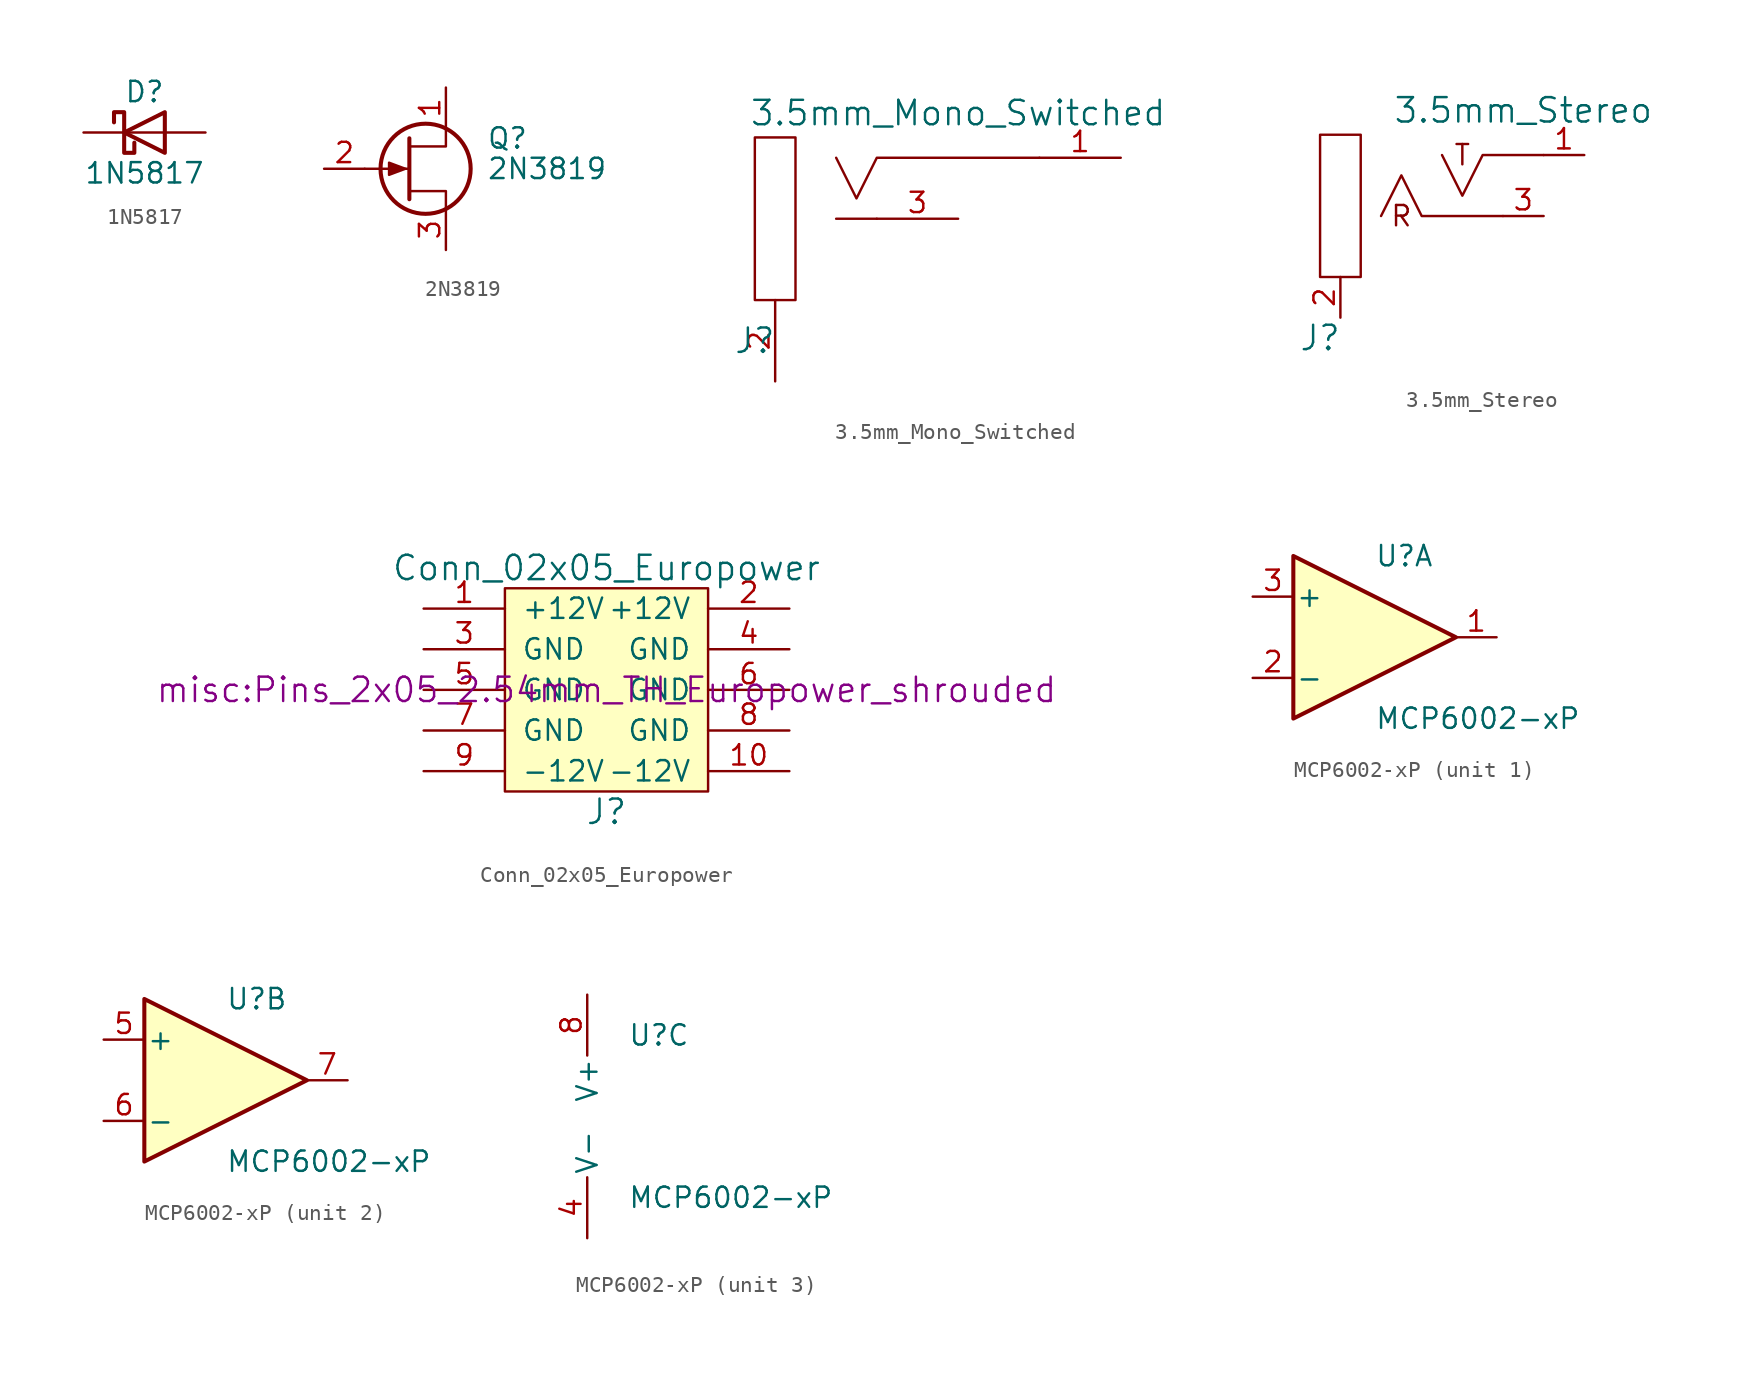
<source format=kicad_sym>
(kicad_symbol_lib
  (version 20231120)
  (generator "kicad_symbol_editor")
  (generator_version "8.0")
  (symbol "1N5817"
    (pin_numbers hide)
    (pin_names
      (offset 1.016) hide)
    (property "Reference" "D"
      (at 0 2.54 0)
      (effects (font (size 1.27 1.27))))
    (property "Value" "1N5817"
      (at 0 -2.54 0)
      (effects (font (size 1.27 1.27))))
    (symbol "1N5817_0_1"
      (polyline (pts (xy 1.27 0) (xy -1.27 0)) (stroke (width 0) (type default)) (fill (type none)))
      (polyline (pts (xy 1.27 1.27) (xy 1.27 -1.27) (xy -1.27 0) (xy 1.27 1.27)) (stroke (width 0.254) (type default)) (fill (type none)))
      (polyline (pts (xy -1.905 0.635) (xy -1.905 1.27) (xy -1.27 1.27) (xy -1.27 -1.27) (xy -0.635 -1.27) (xy -0.635 -0.635)) (stroke (width 0.254) (type default)) (fill (type none))))
    (symbol "1N5817_1_1"
      (pin passive line (at -3.81 0 0) (length 2.54) (name "K" (effects (font (size 1.27 1.27)))) (number "1" (effects (font (size 1.27 1.27)))))
      (pin passive line (at 3.81 0 180) (length 2.54) (name "A" (effects (font (size 1.27 1.27)))) (number "2" (effects (font (size 1.27 1.27)))))))
  (symbol "2N3819"
    (pin_names hide)
    (property "Reference" "Q"
      (at 5.08 1.905 0)
      (effects (font (size 1.27 1.27)) (justify left)))
    (property "Value" "2N3819"
      (at 5.08 0 0)
      (effects (font (size 1.27 1.27)) (justify left)))
    (symbol "2N3819_0_1"
      (polyline (pts (xy 0.254 0) (xy -2.54 0)) (stroke (width 0) (type default)) (fill (type none)))
      (polyline (pts (xy 0.254 1.905) (xy 0.254 -1.905)) (stroke (width 0.254) (type default)) (fill (type none)))
      (polyline (pts (xy 2.54 -2.54) (xy 2.54 -1.397) (xy 0.254 -1.397)) (stroke (width 0) (type default)) (fill (type none)))
      (polyline (pts (xy 2.54 2.54) (xy 2.54 1.397) (xy 0.254 1.397)) (stroke (width 0) (type default)) (fill (type none)))
      (polyline (pts (xy 0 0) (xy -1.016 0.381) (xy -1.016 -0.381) (xy 0 0)) (stroke (width 0) (type default)) (fill (type outline)))
      (circle (center 1.27 0) (radius 2.819) (stroke (width 0.254) (type default)) (fill (type none))))
    (symbol "2N3819_1_1"
      (pin passive line (at 2.54 5.08 270) (length 2.54) (name "D" (effects (font (size 1.27 1.27)))) (number "1" (effects (font (size 1.27 1.27)))))
      (pin input line (at -5.08 0 0) (length 2.54) (name "G" (effects (font (size 1.27 1.27)))) (number "2" (effects (font (size 1.27 1.27)))))
      (pin passive line (at 2.54 -5.08 90) (length 2.54) (name "S" (effects (font (size 1.27 1.27)))) (number "3" (effects (font (size 1.27 1.27)))))))
  (symbol "3.5mm_Mono_Switched"
    (pin_names
      (offset 0) hide)
    (property "Reference" "J"
      (at -6.35 -7.62 0)
      (effects (font (size 1.524 1.524))))
    (property "Value" "3.5mm_Mono_Switched"
      (at 6.35 6.604 0)
      (effects (font (size 1.524 1.524))))
    (property "Datasheet" ""
      (at 0 0 0)
      (effects (font (size 1.524 1.524))))
    (symbol "3.5mm_Mono_Switched_0_0"
      (rectangle (start -6.35 5.08) (end -3.81 -5.08) (stroke (width 0) (type default)) (fill (type none)))
      (polyline (pts (xy -1.27 0) (xy 1.27 0)) (stroke (width 0) (type default)) (fill (type none)))
      (polyline (pts (xy -1.27 3.81) (xy 0 1.27) (xy 1.27 3.81) (xy 11.43 3.81)) (stroke (width 0) (type default)) (fill (type none))))
    (symbol "3.5mm_Mono_Switched_1_1"
      (pin passive line (at 16.51 3.81 180) (length 5.08) (name "SIG" (effects (font (size 1.27 1.27)))) (number "1" (effects (font (size 1.27 1.27)))))
      (pin passive line (at -5.08 -10.16 90) (length 5.08) (name "SHEILD" (effects (font (size 1.27 1.27)))) (number "2" (effects (font (size 1.27 1.27)))))
      (pin passive line (at 6.35 0 180) (length 5.08) (name "SW" (effects (font (size 1.27 1.27)))) (number "3" (effects (font (size 1.27 1.27)))))))
  (symbol "3.5mm_Stereo"
    (pin_names
      (offset 0) hide)
    (property "Reference" "J"
      (at -6.35 -7.62 0)
      (effects (font (size 1.524 1.524))))
    (property "Value" "3.5mm_Stereo"
      (at 6.35 6.604 0)
      (effects (font (size 1.524 1.524))))
    (property "Datasheet" ""
      (at 2.54 0 0)
      (effects (font (size 1.524 1.524))))
    (symbol "3.5mm_Stereo_0_0"
      (rectangle (start -6.35 5.08) (end -3.81 -3.81) (stroke (width 0) (type default)) (fill (type none)))
      (polyline (pts (xy 1.27 3.81) (xy 2.54 1.27) (xy 3.81 3.81) (xy 7.62 3.81)) (stroke (width 0) (type default)) (fill (type none)))
      (text "R" (at -1.27 0 0) (effects (font (size 1.27 1.27))))
      (text "T" (at 2.54 3.81 0) (effects (font (size 1.27 1.27)))))
    (symbol "3.5mm_Stereo_0_1"
      (polyline (pts (xy 5.08 0) (xy 0 0) (xy -1.27 2.54) (xy -2.54 0)) (stroke (width 0) (type default)) (fill (type none))))
    (symbol "3.5mm_Stereo_1_1"
      (pin passive line (at 10.16 3.81 180) (length 2.54) (name "SIG" (effects (font (size 1.27 1.27)))) (number "1" (effects (font (size 1.27 1.27)))))
      (pin passive line (at -5.08 -6.35 90) (length 2.54) (name "SHEILD" (effects (font (size 1.27 1.27)))) (number "2" (effects (font (size 1.27 1.27)))))
      (pin passive line (at 7.62 0 180) (length 2.54) (name "SW" (effects (font (size 1.27 1.27)))) (number "3" (effects (font (size 1.27 1.27)))))))
  (symbol "Conn_02x05_Europower"
    (pin_names
      (offset 1.016))
    (property "Reference" "J"
      (at 0 -7.62 0)
      (effects (font (size 1.524 1.524))))
    (property "Value" "Conn_02x05_Europower"
      (at 0 7.62 0)
      (effects (font (size 1.524 1.524))))
    (property "Footprint" "misc:Pins_2x05_2.54mm_TH_Europower_shrouded"
      (at 0 0 0)
      (effects (font (size 1.524 1.524))))
    (property "Datasheet" ""
      (at 0 0 0)
      (effects (font (size 1.524 1.524))))
    (symbol "Conn_02x05_Europower_0_1"
      (rectangle (start -6.35 6.35) (end 6.35 -6.35) (stroke (width 0) (type solid)) (fill (type background))))
    (symbol "Conn_02x05_Europower_1_1"
      (pin power_in line (at -11.43 5.08 0) (length 5.08) (name "+12V" (effects (font (size 1.27 1.27)))) (number "1" (effects (font (size 1.27 1.27)))))
      (pin power_in line (at 11.43 -5.08 180) (length 5.08) (name "-12V" (effects (font (size 1.27 1.27)))) (number "10" (effects (font (size 1.27 1.27)))))
      (pin power_in line (at 11.43 5.08 180) (length 5.08) (name "+12V" (effects (font (size 1.27 1.27)))) (number "2" (effects (font (size 1.27 1.27)))))
      (pin power_in line (at -11.43 2.54 0) (length 5.08) (name "GND" (effects (font (size 1.27 1.27)))) (number "3" (effects (font (size 1.27 1.27)))))
      (pin power_in line (at 11.43 2.54 180) (length 5.08) (name "GND" (effects (font (size 1.27 1.27)))) (number "4" (effects (font (size 1.27 1.27)))))
      (pin power_in line (at -11.43 0 0) (length 5.08) (name "GND" (effects (font (size 1.27 1.27)))) (number "5" (effects (font (size 1.27 1.27)))))
      (pin power_in line (at 11.43 0 180) (length 5.08) (name "GND" (effects (font (size 1.27 1.27)))) (number "6" (effects (font (size 1.27 1.27)))))
      (pin power_in line (at -11.43 -2.54 0) (length 5.08) (name "GND" (effects (font (size 1.27 1.27)))) (number "7" (effects (font (size 1.27 1.27)))))
      (pin power_in line (at 11.43 -2.54 180) (length 5.08) (name "GND" (effects (font (size 1.27 1.27)))) (number "8" (effects (font (size 1.27 1.27)))))
      (pin power_in line (at -11.43 -5.08 0) (length 5.08) (name "-12V" (effects (font (size 1.27 1.27)))) (number "9" (effects (font (size 1.27 1.27)))))))
  (symbol "MCP6002-xP"
    (pin_names
      (offset 0.127))
    (property "Reference" "U"
      (at 0 5.08 0)
      (effects (font (size 1.27 1.27)) (justify left)))
    (property "Value" "MCP6002-xP"
      (at 0 -5.08 0)
      (effects (font (size 1.27 1.27)) (justify left)))
    (property "ki_locked" ""
      (at 0 0 0)
      (effects (font (size 1.27 1.27))))
    (symbol "MCP6002-xP_1_1"
      (polyline (pts (xy -5.08 5.08) (xy 5.08 0) (xy -5.08 -5.08) (xy -5.08 5.08)) (stroke (width 0.254) (type default)) (fill (type background)))
      (pin output line (at 7.62 0 180) (length 2.54) (name "~" (effects (font (size 1.27 1.27)))) (number "1" (effects (font (size 1.27 1.27)))))
      (pin input line (at -7.62 -2.54 0) (length 2.54) (name "-" (effects (font (size 1.27 1.27)))) (number "2" (effects (font (size 1.27 1.27)))))
      (pin input line (at -7.62 2.54 0) (length 2.54) (name "+" (effects (font (size 1.27 1.27)))) (number "3" (effects (font (size 1.27 1.27))))))
    (symbol "MCP6002-xP_2_1"
      (polyline (pts (xy -5.08 5.08) (xy 5.08 0) (xy -5.08 -5.08) (xy -5.08 5.08)) (stroke (width 0.254) (type default)) (fill (type background)))
      (pin input line (at -7.62 2.54 0) (length 2.54) (name "+" (effects (font (size 1.27 1.27)))) (number "5" (effects (font (size 1.27 1.27)))))
      (pin input line (at -7.62 -2.54 0) (length 2.54) (name "-" (effects (font (size 1.27 1.27)))) (number "6" (effects (font (size 1.27 1.27)))))
      (pin output line (at 7.62 0 180) (length 2.54) (name "~" (effects (font (size 1.27 1.27)))) (number "7" (effects (font (size 1.27 1.27))))))
    (symbol "MCP6002-xP_3_1"
      (pin power_in line (at -2.54 -7.62 90) (length 3.81) (name "V-" (effects (font (size 1.27 1.27)))) (number "4" (effects (font (size 1.27 1.27)))))
      (pin power_in line (at -2.54 7.62 270) (length 3.81) (name "V+" (effects (font (size 1.27 1.27)))) (number "8" (effects (font (size 1.27 1.27))))))))
</source>
